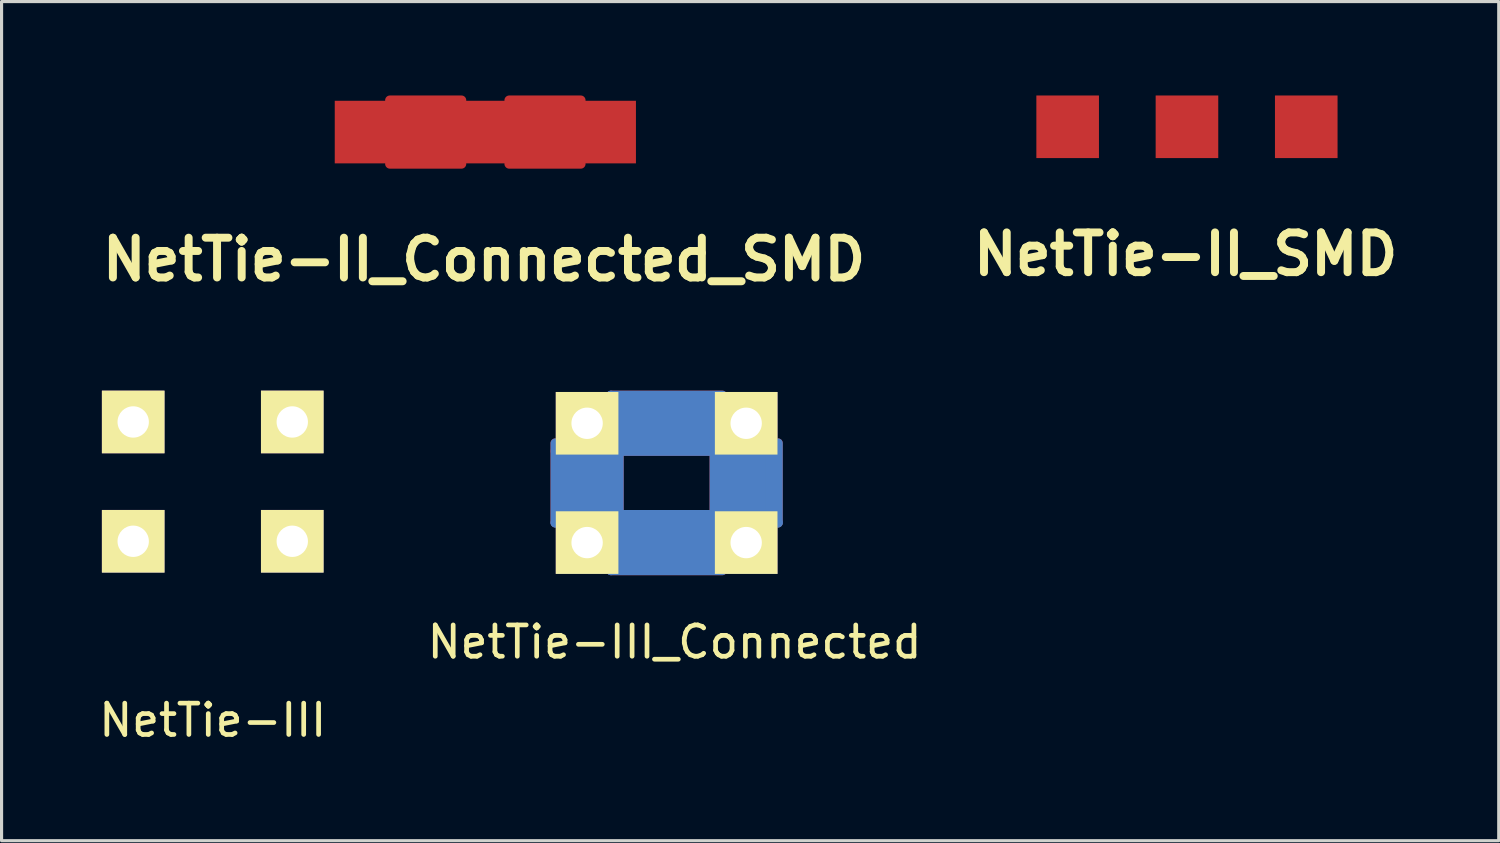
<source format=kicad_pcb>
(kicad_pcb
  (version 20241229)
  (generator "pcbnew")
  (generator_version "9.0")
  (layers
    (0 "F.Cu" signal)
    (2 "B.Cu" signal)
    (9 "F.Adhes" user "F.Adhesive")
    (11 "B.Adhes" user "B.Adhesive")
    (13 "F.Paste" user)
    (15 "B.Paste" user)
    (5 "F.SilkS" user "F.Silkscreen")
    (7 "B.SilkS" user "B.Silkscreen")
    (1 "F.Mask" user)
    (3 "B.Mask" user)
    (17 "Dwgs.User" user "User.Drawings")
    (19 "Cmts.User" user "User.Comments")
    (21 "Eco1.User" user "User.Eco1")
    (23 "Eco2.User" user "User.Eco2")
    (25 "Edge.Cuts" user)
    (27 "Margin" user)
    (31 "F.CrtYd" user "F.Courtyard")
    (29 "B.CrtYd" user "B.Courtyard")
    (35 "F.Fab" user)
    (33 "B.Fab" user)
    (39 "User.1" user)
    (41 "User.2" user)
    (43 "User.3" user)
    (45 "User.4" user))
  (footprint "NetTie-III"
    (layer "F.Cu")
    (at 3.744 12.331)
    (property "Reference" "NetTie-III" (at 0 7.62 0) (layer "F.SilkS") (effects (font (size 1 1) (thickness 0.15))))
    (attr through_hole)
    (pad "1" thru_hole rect (at -2.54 -1.905) (size 1.999 1.999) (drill 1.001) (layers "*.Cu" "*.Mask" "F.SilkS"))
    (pad "2" thru_hole rect (at -2.54 1.905) (size 1.999 1.999) (drill 1.001) (layers "*.Cu" "*.Mask" "F.SilkS"))
    (pad "3" thru_hole rect (at 2.54 -1.905) (size 1.999 1.999) (drill 1.001) (layers "*.Cu" "*.Mask" "F.SilkS"))
    (pad "4" thru_hole rect (at 2.54 1.905) (size 1.999 1.999) (drill 1.001) (layers "*.Cu" "*.Mask" "F.SilkS")))
  (footprint "NetTie-III_Connected"
    (layer "F.Cu")
    (at 18.24 12.373)
    (property "Reference" "NetTie-III_Connected" (at 0.254 5.08 0) (layer "F.SilkS") (effects (font (size 1 1) (thickness 0.15))))
    (attr through_hole)
    (fp_line (start -3.556 -1.016) (end -3.556 -1.27) (stroke (width 0.305) (type solid)) (layer "F.Cu"))
    (fp_line (start -3.556 -1.016) (end -3.556 1.27) (stroke (width 0.305) (type solid)) (layer "F.Cu"))
    (fp_line (start -3.302 -1.27) (end -3.302 1.27) (stroke (width 0.305) (type solid)) (layer "F.Cu"))
    (fp_line (start -3.048 -1.27) (end -3.048 1.27) (stroke (width 0.305) (type solid)) (layer "F.Cu"))
    (fp_line (start -2.794 -1.27) (end -2.794 1.27) (stroke (width 0.305) (type solid)) (layer "F.Cu"))
    (fp_line (start -2.54 -1.016) (end -2.54 1.016) (stroke (width 0.305) (type solid)) (layer "F.Cu"))
    (fp_line (start -2.286 -1.27) (end -2.286 1.27) (stroke (width 0.305) (type solid)) (layer "F.Cu"))
    (fp_line (start -2.032 1.27) (end -2.032 -1.27) (stroke (width 0.305) (type solid)) (layer "F.Cu"))
    (fp_line (start -1.778 -2.794) (end 1.778 -2.794) (stroke (width 0.305) (type solid)) (layer "F.Cu"))
    (fp_line (start -1.778 -2.54) (end 1.778 -2.54) (stroke (width 0.305) (type solid)) (layer "F.Cu"))
    (fp_line (start -1.778 -2.286) (end 1.778 -2.286) (stroke (width 0.305) (type solid)) (layer "F.Cu"))
    (fp_line (start -1.778 -2.032) (end 1.778 -2.032) (stroke (width 0.305) (type solid)) (layer "F.Cu"))
    (fp_line (start -1.778 -1.778) (end 1.778 -1.778) (stroke (width 0.305) (type solid)) (layer "F.Cu"))
    (fp_line (start -1.778 -1.524) (end 1.778 -1.524) (stroke (width 0.305) (type solid)) (layer "F.Cu"))
    (fp_line (start -1.778 -1.27) (end -1.778 1.27) (stroke (width 0.305) (type solid)) (layer "F.Cu"))
    (fp_line (start -1.778 -1.27) (end 1.778 -1.27) (stroke (width 0.305) (type solid)) (layer "F.Cu"))
    (fp_line (start -1.778 -1.016) (end 1.778 -1.016) (stroke (width 0.305) (type solid)) (layer "F.Cu"))
    (fp_line (start -1.778 1.016) (end -1.524 1.016) (stroke (width 0.305) (type solid)) (layer "F.Cu"))
    (fp_line (start -1.778 1.27) (end 1.778 1.27) (stroke (width 0.305) (type solid)) (layer "F.Cu"))
    (fp_line (start -1.778 1.524) (end 1.778 1.524) (stroke (width 0.305) (type solid)) (layer "F.Cu"))
    (fp_line (start -1.778 1.778) (end 1.778 1.778) (stroke (width 0.305) (type solid)) (layer "F.Cu"))
    (fp_line (start -1.778 2.032) (end 1.778 2.032) (stroke (width 0.305) (type solid)) (layer "F.Cu"))
    (fp_line (start -1.778 2.286) (end 1.778 2.286) (stroke (width 0.305) (type solid)) (layer "F.Cu"))
    (fp_line (start -1.778 2.794) (end 1.778 2.794) (stroke (width 0.305) (type solid)) (layer "F.Cu"))
    (fp_line (start -1.524 1.016) (end 1.778 1.016) (stroke (width 0.305) (type solid)) (layer "F.Cu"))
    (fp_line (start -1.524 1.27) (end -1.524 -1.27) (stroke (width 0.305) (type solid)) (layer "F.Cu"))
    (fp_line (start 1.524 1.27) (end 1.524 -1.27) (stroke (width 0.305) (type solid)) (layer "F.Cu"))
    (fp_line (start 1.778 -1.27) (end 1.778 1.27) (stroke (width 0.305) (type solid)) (layer "F.Cu"))
    (fp_line (start 1.778 2.54) (end -1.778 2.54) (stroke (width 0.305) (type solid)) (layer "F.Cu"))
    (fp_line (start 2.032 1.27) (end 2.032 -1.27) (stroke (width 0.305) (type solid)) (layer "F.Cu"))
    (fp_line (start 2.286 -1.27) (end 2.286 1.27) (stroke (width 0.305) (type solid)) (layer "F.Cu"))
    (fp_line (start 2.54 -1.016) (end 2.54 1.016) (stroke (width 0.305) (type solid)) (layer "F.Cu"))
    (fp_line (start 2.794 -1.27) (end 2.794 1.27) (stroke (width 0.305) (type solid)) (layer "F.Cu"))
    (fp_line (start 3.048 1.27) (end 3.048 -1.27) (stroke (width 0.305) (type solid)) (layer "F.Cu"))
    (fp_line (start 3.302 -1.27) (end 3.302 1.27) (stroke (width 0.305) (type solid)) (layer "F.Cu"))
    (fp_line (start 3.556 1.27) (end 3.556 -1.27) (stroke (width 0.305) (type solid)) (layer "F.Cu"))
    (fp_line (start -3.556 -1.27) (end -3.556 1.27) (stroke (width 0.305) (type solid)) (layer "B.Cu"))
    (fp_line (start -3.556 1.27) (end -3.302 1.27) (stroke (width 0.305) (type solid)) (layer "B.Cu"))
    (fp_line (start -3.302 -1.27) (end -3.048 -1.27) (stroke (width 0.305) (type solid)) (layer "B.Cu"))
    (fp_line (start -3.302 1.27) (end -3.302 -1.27) (stroke (width 0.305) (type solid)) (layer "B.Cu"))
    (fp_line (start -3.048 -1.27) (end -3.048 1.27) (stroke (width 0.305) (type solid)) (layer "B.Cu"))
    (fp_line (start -3.048 1.27) (end -2.794 1.27) (stroke (width 0.305) (type solid)) (layer "B.Cu"))
    (fp_line (start -2.794 1.27) (end -2.794 -1.27) (stroke (width 0.305) (type solid)) (layer "B.Cu"))
    (fp_line (start -2.54 -1.016) (end -2.54 1.016) (stroke (width 0.305) (type solid)) (layer "B.Cu"))
    (fp_line (start -2.286 -1.27) (end -2.032 -1.27) (stroke (width 0.305) (type solid)) (layer "B.Cu"))
    (fp_line (start -2.286 1.27) (end -2.286 -1.27) (stroke (width 0.305) (type solid)) (layer "B.Cu"))
    (fp_line (start -2.032 -1.27) (end -2.032 1.27) (stroke (width 0.305) (type solid)) (layer "B.Cu"))
    (fp_line (start -2.032 1.27) (end -1.778 1.27) (stroke (width 0.305) (type solid)) (layer "B.Cu"))
    (fp_line (start -1.778 -2.794) (end -1.778 -2.54) (stroke (width 0.305) (type solid)) (layer "B.Cu"))
    (fp_line (start -1.778 -2.54) (end 1.778 -2.54) (stroke (width 0.305) (type solid)) (layer "B.Cu"))
    (fp_line (start -1.778 -2.286) (end -1.778 -2.032) (stroke (width 0.305) (type solid)) (layer "B.Cu"))
    (fp_line (start -1.778 -2.032) (end 1.778 -2.032) (stroke (width 0.305) (type solid)) (layer "B.Cu"))
    (fp_line (start -1.778 -1.778) (end -1.778 -1.524) (stroke (width 0.305) (type solid)) (layer "B.Cu"))
    (fp_line (start -1.778 -1.524) (end 1.524 -1.524) (stroke (width 0.305) (type solid)) (layer "B.Cu"))
    (fp_line (start -1.778 -1.27) (end -1.778 -1.016) (stroke (width 0.305) (type solid)) (layer "B.Cu"))
    (fp_line (start -1.778 -1.27) (end -1.524 -1.27) (stroke (width 0.305) (type solid)) (layer "B.Cu"))
    (fp_line (start -1.778 -1.016) (end 1.778 -1.016) (stroke (width 0.305) (type solid)) (layer "B.Cu"))
    (fp_line (start -1.778 1.016) (end 1.778 1.016) (stroke (width 0.305) (type solid)) (layer "B.Cu"))
    (fp_line (start -1.778 1.27) (end -1.778 -1.27) (stroke (width 0.305) (type solid)) (layer "B.Cu"))
    (fp_line (start -1.778 1.27) (end -1.778 1.016) (stroke (width 0.305) (type solid)) (layer "B.Cu"))
    (fp_line (start -1.778 1.524) (end 1.778 1.524) (stroke (width 0.305) (type solid)) (layer "B.Cu"))
    (fp_line (start -1.778 1.778) (end -1.778 1.524) (stroke (width 0.305) (type solid)) (layer "B.Cu"))
    (fp_line (start -1.778 2.032) (end 1.778 2.032) (stroke (width 0.305) (type solid)) (layer "B.Cu"))
    (fp_line (start -1.778 2.286) (end -1.778 2.032) (stroke (width 0.305) (type solid)) (layer "B.Cu"))
    (fp_line (start -1.778 2.54) (end 1.778 2.54) (stroke (width 0.305) (type solid)) (layer "B.Cu"))
    (fp_line (start -1.778 2.794) (end -1.778 2.54) (stroke (width 0.305) (type solid)) (layer "B.Cu"))
    (fp_line (start -1.524 -1.27) (end -1.524 1.27) (stroke (width 0.305) (type solid)) (layer "B.Cu"))
    (fp_line (start 1.524 -1.524) (end 1.778 -1.524) (stroke (width 0.305) (type solid)) (layer "B.Cu"))
    (fp_line (start 1.524 -1.27) (end 1.524 1.27) (stroke (width 0.305) (type solid)) (layer "B.Cu"))
    (fp_line (start 1.524 1.27) (end 1.778 1.27) (stroke (width 0.305) (type solid)) (layer "B.Cu"))
    (fp_line (start 1.778 -2.794) (end -1.778 -2.794) (stroke (width 0.305) (type solid)) (layer "B.Cu"))
    (fp_line (start 1.778 -2.54) (end 1.778 -2.286) (stroke (width 0.305) (type solid)) (layer "B.Cu"))
    (fp_line (start 1.778 -2.286) (end -1.778 -2.286) (stroke (width 0.305) (type solid)) (layer "B.Cu"))
    (fp_line (start 1.778 -2.032) (end 1.778 -1.778) (stroke (width 0.305) (type solid)) (layer "B.Cu"))
    (fp_line (start 1.778 -1.778) (end -1.778 -1.778) (stroke (width 0.305) (type solid)) (layer "B.Cu"))
    (fp_line (start 1.778 -1.524) (end 1.778 -1.27) (stroke (width 0.305) (type solid)) (layer "B.Cu"))
    (fp_line (start 1.778 -1.27) (end -1.778 -1.27) (stroke (width 0.305) (type solid)) (layer "B.Cu"))
    (fp_line (start 1.778 -1.27) (end 2.032 -1.27) (stroke (width 0.305) (type solid)) (layer "B.Cu"))
    (fp_line (start 1.778 0.762) (end 1.778 1.016) (stroke (width 0.305) (type solid)) (layer "B.Cu"))
    (fp_line (start 1.778 1.016) (end 1.778 0.762) (stroke (width 0.305) (type solid)) (layer "B.Cu"))
    (fp_line (start 1.778 1.27) (end -1.778 1.27) (stroke (width 0.305) (type solid)) (layer "B.Cu"))
    (fp_line (start 1.778 1.27) (end 1.778 -1.27) (stroke (width 0.305) (type solid)) (layer "B.Cu"))
    (fp_line (start 1.778 1.524) (end 1.778 1.27) (stroke (width 0.305) (type solid)) (layer "B.Cu"))
    (fp_line (start 1.778 1.778) (end -1.778 1.778) (stroke (width 0.305) (type solid)) (layer "B.Cu"))
    (fp_line (start 1.778 2.032) (end 1.778 1.778) (stroke (width 0.305) (type solid)) (layer "B.Cu"))
    (fp_line (start 1.778 2.286) (end -1.778 2.286) (stroke (width 0.305) (type solid)) (layer "B.Cu"))
    (fp_line (start 1.778 2.54) (end 1.778 2.286) (stroke (width 0.305) (type solid)) (layer "B.Cu"))
    (fp_line (start 1.778 2.794) (end -1.778 2.794) (stroke (width 0.305) (type solid)) (layer "B.Cu"))
    (fp_line (start 2.032 -1.27) (end 2.032 1.27) (stroke (width 0.305) (type solid)) (layer "B.Cu"))
    (fp_line (start 2.032 1.27) (end 2.286 1.27) (stroke (width 0.305) (type solid)) (layer "B.Cu"))
    (fp_line (start 2.286 1.27) (end 2.286 -1.27) (stroke (width 0.305) (type solid)) (layer "B.Cu"))
    (fp_line (start 2.54 -1.016) (end 2.54 1.016) (stroke (width 0.305) (type solid)) (layer "B.Cu"))
    (fp_line (start 2.794 1.27) (end 2.794 -1.27) (stroke (width 0.305) (type solid)) (layer "B.Cu"))
    (fp_line (start 3.048 -1.27) (end 3.048 1.27) (stroke (width 0.305) (type solid)) (layer "B.Cu"))
    (fp_line (start 3.048 1.27) (end 2.794 1.27) (stroke (width 0.305) (type solid)) (layer "B.Cu"))
    (fp_line (start 3.302 -1.27) (end 3.048 -1.27) (stroke (width 0.305) (type solid)) (layer "B.Cu"))
    (fp_line (start 3.302 1.27) (end 3.302 -1.27) (stroke (width 0.305) (type solid)) (layer "B.Cu"))
    (fp_line (start 3.556 -1.27) (end 3.556 1.27) (stroke (width 0.305) (type solid)) (layer "B.Cu"))
    (fp_line (start 3.556 1.27) (end 3.302 1.27) (stroke (width 0.305) (type solid)) (layer "B.Cu"))
    (pad "1" thru_hole rect (at -2.54 -1.905) (size 1.999 1.999) (drill 1.001) (layers "*.Cu" "*.Mask" "F.SilkS"))
    (pad "2" thru_hole rect (at -2.54 1.905) (size 1.999 1.999) (drill 1.001) (layers "*.Cu" "*.Mask" "F.SilkS"))
    (pad "3" thru_hole rect (at 2.54 -1.905) (size 1.999 1.999) (drill 1.001) (layers "*.Cu" "*.Mask" "F.SilkS"))
    (pad "4" thru_hole rect (at 2.54 1.905) (size 1.999 1.999) (drill 1.001) (layers "*.Cu" "*.Mask" "F.SilkS")))
  (footprint "NetTie-II_Connected_SMD"
    (layer "F.Cu")
    (at 12.45 1.168)
    (property "Reference" "NetTie-II_Connected_SMD" (at -0.041 4.069 0) (layer "F.SilkS") (effects (font (size 1.27 1.27) (thickness 0.254))))
    (attr through_hole)
    (fp_line (start -3.048 -1.016) (end -0.762 -1.016) (stroke (width 0.305) (type solid)) (layer "F.Cu"))
    (fp_line (start -3.048 -0.508) (end -0.762 -0.508) (stroke (width 0.305) (type solid)) (layer "F.Cu"))
    (fp_line (start -3.048 0) (end -0.762 0) (stroke (width 0.305) (type solid)) (layer "F.Cu"))
    (fp_line (start -3.048 0.508) (end -0.762 0.508) (stroke (width 0.305) (type solid)) (layer "F.Cu"))
    (fp_line (start -3.048 1.016) (end -0.762 1.016) (stroke (width 0.305) (type solid)) (layer "F.Cu"))
    (fp_line (start -0.762 -0.762) (end -3.048 -0.762) (stroke (width 0.305) (type solid)) (layer "F.Cu"))
    (fp_line (start -0.762 -0.254) (end -3.048 -0.254) (stroke (width 0.305) (type solid)) (layer "F.Cu"))
    (fp_line (start -0.762 0.254) (end -3.048 0.254) (stroke (width 0.305) (type solid)) (layer "F.Cu"))
    (fp_line (start -0.762 0.762) (end -3.048 0.762) (stroke (width 0.305) (type solid)) (layer "F.Cu"))
    (fp_line (start 0.762 -1.016) (end 3.048 -1.016) (stroke (width 0.305) (type solid)) (layer "F.Cu"))
    (fp_line (start 0.762 -0.508) (end 3.048 -0.508) (stroke (width 0.305) (type solid)) (layer "F.Cu"))
    (fp_line (start 0.762 0) (end 3.048 0) (stroke (width 0.305) (type solid)) (layer "F.Cu"))
    (fp_line (start 0.762 0.508) (end 3.048 0.508) (stroke (width 0.305) (type solid)) (layer "F.Cu"))
    (fp_line (start 0.762 1.016) (end 3.048 1.016) (stroke (width 0.305) (type solid)) (layer "F.Cu"))
    (fp_line (start 3.048 -0.762) (end 0.762 -0.762) (stroke (width 0.305) (type solid)) (layer "F.Cu"))
    (fp_line (start 3.048 -0.254) (end 0.762 -0.254) (stroke (width 0.305) (type solid)) (layer "F.Cu"))
    (fp_line (start 3.048 0.254) (end 0.762 0.254) (stroke (width 0.305) (type solid)) (layer "F.Cu"))
    (fp_line (start 3.048 0.762) (end 0.762 0.762) (stroke (width 0.305) (type solid)) (layer "F.Cu"))
    (pad "1" smd rect (at -3.81 0) (size 1.999 1.999) (layers "F.Cu" "F.Mask" "F.Paste"))
    (pad "2" smd rect (at 0 0) (size 1.999 1.999) (layers "F.Cu" "F.Mask" "F.Paste"))
    (pad "3" smd rect (at 3.81 0) (size 1.999 1.999) (layers "F.Cu" "F.Mask" "F.Paste")))
  (footprint "NetTie-II_SMD"
    (layer "F.Cu")
    (at 34.857 0.999)
    (property "Reference" "NetTie-II_SMD" (at -0.041 4.069 0) (layer "F.SilkS") (effects (font (size 1.27 1.27) (thickness 0.254))))
    (attr through_hole)
    (pad "1" smd rect (at -3.81 0) (size 1.999 1.999) (layers "F.Cu" "F.Mask" "F.Paste"))
    (pad "2" smd rect (at 0 0) (size 1.999 1.999) (layers "F.Cu" "F.Mask" "F.Paste"))
    (pad "3" smd rect (at 3.81 0) (size 1.999 1.999) (layers "F.Cu" "F.Mask" "F.Paste")))
  (gr_rect
    (start -3 -3)
    (end 44.814 23.799)
    (stroke (width 0.1) (type default))
    (fill no)
    (layer "Edge.Cuts")))
</source>
